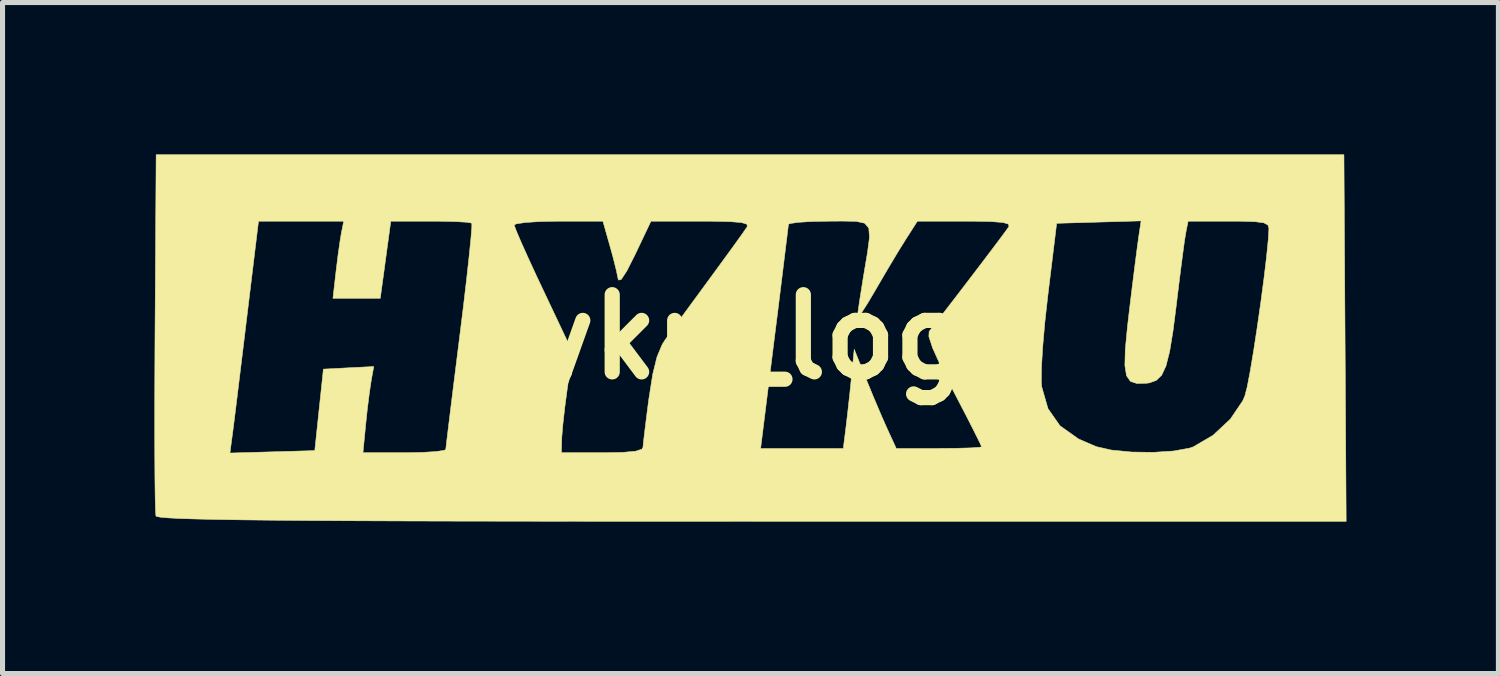
<source format=kicad_pcb>
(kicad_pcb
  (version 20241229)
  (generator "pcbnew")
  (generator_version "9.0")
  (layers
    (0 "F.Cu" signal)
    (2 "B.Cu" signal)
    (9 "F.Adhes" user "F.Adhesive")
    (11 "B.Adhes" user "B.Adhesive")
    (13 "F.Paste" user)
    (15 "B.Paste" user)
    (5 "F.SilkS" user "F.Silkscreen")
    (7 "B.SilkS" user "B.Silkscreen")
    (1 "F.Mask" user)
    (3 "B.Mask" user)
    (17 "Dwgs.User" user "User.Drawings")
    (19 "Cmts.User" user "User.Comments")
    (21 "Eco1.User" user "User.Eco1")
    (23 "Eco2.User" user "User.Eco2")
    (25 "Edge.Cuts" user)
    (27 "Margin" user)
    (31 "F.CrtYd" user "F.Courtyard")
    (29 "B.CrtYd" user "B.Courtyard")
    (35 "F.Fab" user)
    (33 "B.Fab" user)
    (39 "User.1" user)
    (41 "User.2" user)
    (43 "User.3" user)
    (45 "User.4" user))
  (footprint "hyku_logo"
    (layer "F.Cu")
    (at 11.759 3.603)
    (property "Reference" "hyku_logo" (at 0 0 0) (layer "F.SilkS") (effects (font (size 1.524 1.524) (thickness 0.3))))
    (attr through_hole)
    (fp_poly (pts (xy 11.748 0.021) (xy 11.77 3.641) (xy 0.041 3.641) (xy -1.665 3.64) (xy -3.208 3.64) (xy -4.595 3.638) (xy -5.835 3.636) (xy -6.933 3.633) (xy -7.898 3.629) (xy -8.736 3.624) (xy -9.453 3.618) (xy -10.058 3.611) (xy -10.557 3.603) (xy -10.958 3.594) (xy -11.267 3.584) (xy -11.491 3.572) (xy -11.638 3.559) (xy -11.715 3.544) (xy -11.73 3.535) (xy -11.738 3.43) (xy -11.745 3.174) (xy -11.75 2.785) (xy -11.753 2.292) (xy -10.269 2.292) (xy -9.431 2.268) (xy -8.594 2.244) (xy -8.509 1.439) (xy -8.424 0.635) (xy -7.927 0.609) (xy -7.43 0.584) (xy -7.48 0.863) (xy -7.515 1.096) (xy -7.556 1.422) (xy -7.587 1.714) (xy -7.643 2.286) (xy -6.827 2.286) (xy -6.479 2.28) (xy -6.204 2.263) (xy -6.039 2.239) (xy -6.008 2.223) (xy -5.997 2.125) (xy -5.968 1.882) (xy -5.923 1.516) (xy -5.866 1.052) (xy -5.798 0.511) (xy -5.731 -0.026) (xy -5.658 -0.614) (xy -5.596 -1.145) (xy -5.546 -1.597) (xy -5.511 -1.946) (xy -5.493 -2.171) (xy -5.493 -2.211) (xy -4.657 -2.211) (xy -4.622 -2.112) (xy -4.527 -1.888) (xy -4.383 -1.567) (xy -4.203 -1.177) (xy -4.081 -0.919) (xy -3.506 0.296) (xy -3.608 1.016) (xy -3.657 1.385) (xy -3.695 1.723) (xy -3.716 1.969) (xy -3.718 2.011) (xy -3.725 2.286) (xy -2.921 2.286) (xy -2.515 2.279) (xy -2.259 2.256) (xy -2.134 2.215) (xy -2.126 2.201) (xy 0.209 2.201) (xy 1.841 2.201) (xy 1.892 1.799) (xy 1.928 1.493) (xy 1.97 1.113) (xy 2 0.82) (xy 2.057 0.243) (xy 2.287 0.82) (xy 2.435 1.18) (xy 2.589 1.543) (xy 2.702 1.799) (xy 2.887 2.201) (xy 3.729 2.201) (xy 4.084 2.198) (xy 4.365 2.19) (xy 4.536 2.178) (xy 4.572 2.168) (xy 4.535 2.085) (xy 4.433 1.88) (xy 4.281 1.58) (xy 4.091 1.214) (xy 4.013 1.065) (xy 3.924 0.888) (xy 5.751 0.888) (xy 5.758 0.981) (xy 5.883 1.416) (xy 6.12 1.754) (xy 6.488 2.015) (xy 6.838 2.166) (xy 7.14 2.234) (xy 7.535 2.272) (xy 7.963 2.278) (xy 8.363 2.252) (xy 8.677 2.195) (xy 8.751 2.17) (xy 9.142 1.941) (xy 9.485 1.62) (xy 9.728 1.261) (xy 9.771 1.16) (xy 9.817 0.982) (xy 9.876 0.672) (xy 9.944 0.266) (xy 10.015 -0.2) (xy 10.085 -0.688) (xy 10.148 -1.164) (xy 10.199 -1.591) (xy 10.233 -1.932) (xy 10.245 -2.142) (xy 10.225 -2.21) (xy 10.145 -2.253) (xy 9.974 -2.276) (xy 9.682 -2.285) (xy 9.447 -2.286) (xy 8.649 -2.286) (xy 8.603 -2.053) (xy 8.576 -1.884) (xy 8.536 -1.586) (xy 8.486 -1.198) (xy 8.432 -0.761) (xy 8.423 -0.679) (xy 8.352 -0.124) (xy 8.285 0.285) (xy 8.213 0.57) (xy 8.128 0.754) (xy 8.021 0.858) (xy 7.883 0.907) (xy 7.824 0.914) (xy 7.639 0.919) (xy 7.511 0.877) (xy 7.433 0.765) (xy 7.401 0.563) (xy 7.409 0.248) (xy 7.452 -0.201) (xy 7.485 -0.487) (xy 7.54 -0.943) (xy 7.593 -1.367) (xy 7.638 -1.715) (xy 7.669 -1.945) (xy 7.673 -1.972) (xy 7.721 -2.292) (xy 6.887 -2.268) (xy 6.054 -2.244) (xy 5.879 -0.811) (xy 5.82 -0.283) (xy 5.778 0.199) (xy 5.754 0.601) (xy 5.751 0.888) (xy 3.924 0.888) (xy 3.765 0.573) (xy 3.605 0.218) (xy 3.531 -0.008) (xy 3.536 -0.108) (xy 3.766 -0.405) (xy 4.028 -0.745) (xy 4.302 -1.103) (xy 4.566 -1.449) (xy 4.8 -1.758) (xy 4.982 -2.001) (xy 5.091 -2.15) (xy 5.112 -2.18) (xy 5.103 -2.228) (xy 4.995 -2.26) (xy 4.767 -2.278) (xy 4.397 -2.286) (xy 4.239 -2.286) (xy 3.304 -2.286) (xy 3.074 -1.926) (xy 2.919 -1.677) (xy 2.72 -1.344) (xy 2.515 -0.994) (xy 2.48 -0.933) (xy 2.319 -0.661) (xy 2.194 -0.467) (xy 2.126 -0.38) (xy 2.118 -0.383) (xy 2.132 -0.499) (xy 2.167 -0.739) (xy 2.218 -1.061) (xy 2.245 -1.228) (xy 2.319 -1.667) (xy 2.358 -1.965) (xy 2.345 -2.149) (xy 2.263 -2.246) (xy 2.093 -2.283) (xy 1.82 -2.288) (xy 1.566 -2.286) (xy 1.22 -2.28) (xy 0.948 -2.263) (xy 0.786 -2.239) (xy 0.758 -2.223) (xy 0.747 -2.125) (xy 0.717 -1.882) (xy 0.672 -1.516) (xy 0.615 -1.052) (xy 0.548 -0.511) (xy 0.481 0.021) (xy 0.209 2.201) (xy -2.126 2.201) (xy -2.114 2.18) (xy -2.102 2.056) (xy -2.072 1.804) (xy -2.03 1.467) (xy -1.996 1.211) (xy -1.921 0.735) (xy -1.837 0.394) (xy -1.736 0.152) (xy -1.684 0.068) (xy -1.559 -0.106) (xy -1.361 -0.38) (xy -1.113 -0.719) (xy -0.843 -1.087) (xy -0.802 -1.143) (xy -0.546 -1.493) (xy -0.323 -1.799) (xy -0.155 -2.033) (xy -0.063 -2.166) (xy -0.054 -2.18) (xy -0.062 -2.227) (xy -0.169 -2.259) (xy -0.393 -2.277) (xy -0.757 -2.285) (xy -0.973 -2.286) (xy -1.956 -2.286) (xy -2.268 -1.63) (xy -2.432 -1.305) (xy -2.543 -1.136) (xy -2.599 -1.123) (xy -2.604 -1.143) (xy -2.64 -1.315) (xy -2.707 -1.582) (xy -2.767 -1.799) (xy -2.905 -2.286) (xy -3.781 -2.286) (xy -4.143 -2.279) (xy -4.432 -2.261) (xy -4.613 -2.234) (xy -4.657 -2.211) (xy -5.493 -2.211) (xy -5.494 -2.248) (xy -5.589 -2.265) (xy -5.815 -2.278) (xy -6.13 -2.285) (xy -6.312 -2.286) (xy -7.093 -2.286) (xy -7.145 -1.905) (xy -7.192 -1.559) (xy -7.241 -1.199) (xy -7.249 -1.143) (xy -7.301 -0.762) (xy -8.235 -0.762) (xy -8.175 -1.291) (xy -8.135 -1.615) (xy -8.094 -1.903) (xy -8.069 -2.053) (xy -8.022 -2.286) (xy -9.705 -2.286) (xy -9.939 -0.36) (xy -10.009 0.216) (xy -10.075 0.756) (xy -10.133 1.231) (xy -10.18 1.61) (xy -10.212 1.864) (xy -10.221 1.929) (xy -10.269 2.292) (xy -11.753 2.292) (xy -11.753 2.282) (xy -11.754 1.683) (xy -11.753 1.005) (xy -11.75 0.269) (xy -11.748 -0.085) (xy -11.726 -3.598) (xy 11.726 -3.598) (xy 11.748 0.021)) (stroke (width 0.01) (type solid)) (fill yes) (layer "F.SilkS")))
  (gr_rect
    (start -3 -3)
    (end 26.535 10.249)
    (stroke (width 0.1) (type default))
    (fill no)
    (layer "Edge.Cuts")))
</source>
